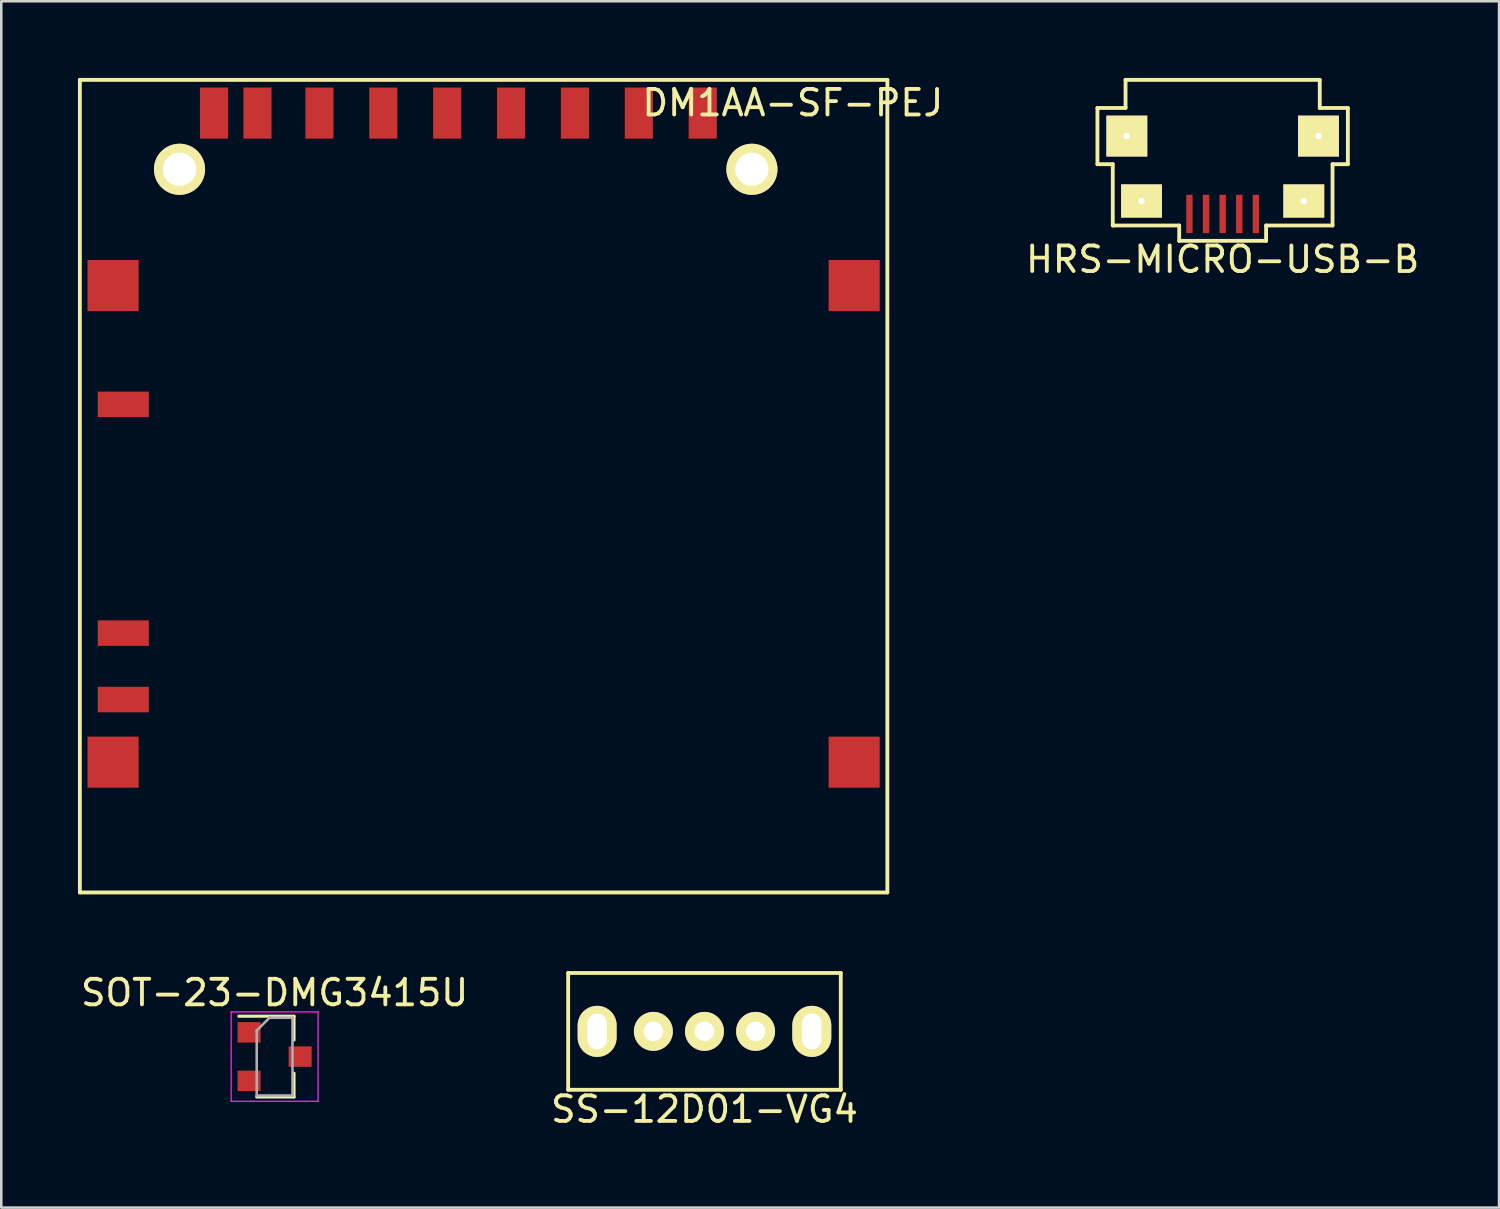
<source format=kicad_pcb>
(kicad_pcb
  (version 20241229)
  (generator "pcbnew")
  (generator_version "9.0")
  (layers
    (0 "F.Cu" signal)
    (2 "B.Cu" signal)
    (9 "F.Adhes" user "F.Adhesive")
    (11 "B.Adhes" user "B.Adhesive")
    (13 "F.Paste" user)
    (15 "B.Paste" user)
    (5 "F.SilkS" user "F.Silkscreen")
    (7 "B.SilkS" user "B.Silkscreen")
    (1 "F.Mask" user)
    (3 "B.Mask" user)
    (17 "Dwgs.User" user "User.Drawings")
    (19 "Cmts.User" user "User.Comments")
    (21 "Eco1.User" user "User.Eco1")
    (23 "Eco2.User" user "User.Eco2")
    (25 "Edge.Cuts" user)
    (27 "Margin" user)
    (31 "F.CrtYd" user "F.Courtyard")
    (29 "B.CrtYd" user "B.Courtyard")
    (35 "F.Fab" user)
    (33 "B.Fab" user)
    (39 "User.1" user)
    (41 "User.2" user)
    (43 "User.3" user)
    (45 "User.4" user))
  (footprint "SOT-23-DMG3415U"
    (layer "F.Cu")
    (at 7.696 38.298)
    (property "Reference" "SOT-23-DMG3415U" (at 0 -2.5 0) (layer "F.SilkS") (effects (font (size 1 1) (thickness 0.15))))
    (attr smd)
    (fp_line (start 0.76 -1.58) (end -1.4 -1.58) (stroke (width 0.12) (type solid)) (layer "F.SilkS"))
    (fp_line (start 0.76 -1.58) (end 0.76 -0.65) (stroke (width 0.12) (type solid)) (layer "F.SilkS"))
    (fp_line (start 0.76 1.58) (end -0.7 1.58) (stroke (width 0.12) (type solid)) (layer "F.SilkS"))
    (fp_line (start 0.76 1.58) (end 0.76 0.65) (stroke (width 0.12) (type solid)) (layer "F.SilkS"))
    (fp_line (start -1.7 -1.75) (end 1.7 -1.75) (stroke (width 0.05) (type solid)) (layer "F.CrtYd"))
    (fp_line (start -1.7 1.75) (end -1.7 -1.75) (stroke (width 0.05) (type solid)) (layer "F.CrtYd"))
    (fp_line (start 1.7 -1.75) (end 1.7 1.75) (stroke (width 0.05) (type solid)) (layer "F.CrtYd"))
    (fp_line (start 1.7 1.75) (end -1.7 1.75) (stroke (width 0.05) (type solid)) (layer "F.CrtYd"))
    (fp_line (start -0.7 -1.02) (end -0.7 1.52) (stroke (width 0.1) (type solid)) (layer "F.Fab"))
    (fp_line (start -0.7 1.52) (end 0.7 1.52) (stroke (width 0.1) (type solid)) (layer "F.Fab"))
    (fp_line (start -0.2 -1.52) (end -0.7 -1.02) (stroke (width 0.1) (type solid)) (layer "F.Fab"))
    (fp_line (start -0.2 -1.52) (end 0.7 -1.52) (stroke (width 0.1) (type solid)) (layer "F.Fab"))
    (fp_line (start 0.7 -1.52) (end 0.7 1.52) (stroke (width 0.1) (type solid)) (layer "F.Fab"))
    (pad "D" smd rect (at 1 0) (size 0.9 0.8) (layers "F.Cu" "F.Mask" "F.Paste"))
    (pad "G" smd rect (at -1 -0.95) (size 0.9 0.8) (layers "F.Cu" "F.Mask" "F.Paste"))
    (pad "S" smd rect (at -1 0.95) (size 0.9 0.8) (layers "F.Cu" "F.Mask" "F.Paste")))
  (footprint "SS-12D01-VG4"
    (layer "F.Cu")
    (at 24.518 37.311)
    (property "Reference" "SS-12D01-VG4" (at 0 3.048 0) (layer "F.SilkS") (effects (font (size 1 1) (thickness 0.15))))
    (attr through_hole)
    (fp_line (start -5.334 -2.286) (end -5.334 2.286) (stroke (width 0.15) (type solid)) (layer "F.SilkS"))
    (fp_line (start -5.334 2.286) (end 5.334 2.286) (stroke (width 0.15) (type solid)) (layer "F.SilkS"))
    (fp_line (start 5.334 -2.286) (end -5.334 -2.286) (stroke (width 0.15) (type solid)) (layer "F.SilkS"))
    (fp_line (start 5.334 2.286) (end 5.334 -2.286) (stroke (width 0.15) (type solid)) (layer "F.SilkS"))
    (pad "0" thru_hole oval (at -4.2 0) (size 1.524 2) (drill oval 0.762 1.4) (layers "*.Cu" "*.Mask" "F.SilkS"))
    (pad "0" thru_hole oval (at 4.2 0) (size 1.524 2) (drill oval 0.762 1.4) (layers "*.Cu" "*.Mask" "F.SilkS"))
    (pad "1" thru_hole circle (at -2 0) (size 1.524 1.524) (drill 0.762) (layers "*.Cu" "*.Mask" "F.SilkS"))
    (pad "2" thru_hole circle (at 0 0) (size 1.524 1.524) (drill 0.762) (layers "*.Cu" "*.Mask" "F.SilkS"))
    (pad "3" thru_hole circle (at 2 0) (size 1.524 1.524) (drill 0.762) (layers "*.Cu" "*.Mask" "F.SilkS")))
  (footprint "DM1AA-SF-PEJ"
    (layer "F.Cu")
    (at 3.975 3.575)
    (property "Reference" "DM1AA-SF-PEJ" (at 24 -2.6 0) (layer "F.SilkS") (effects (font (size 1 1) (thickness 0.15))))
    (attr through_hole)
    (fp_line (start -3.9 -3.5) (end 27.7 -3.5) (stroke (width 0.15) (type solid)) (layer "F.SilkS"))
    (fp_line (start -3.9 28.3) (end -3.9 -3.5) (stroke (width 0.15) (type solid)) (layer "F.SilkS"))
    (fp_line (start 27.7 -3.5) (end 27.7 28.3) (stroke (width 0.15) (type solid)) (layer "F.SilkS"))
    (fp_line (start 27.7 28.3) (end -3.9 28.3) (stroke (width 0.15) (type solid)) (layer "F.SilkS"))
    (pad "" smd rect (at -2.6 4.55 270) (size 2 2) (layers "F.Cu" "F.Mask" "F.Paste"))
    (pad "" smd rect (at -2.6 23.2 270) (size 2 2) (layers "F.Cu" "F.Mask" "F.Paste"))
    (pad "" np_thru_hole circle (at 0 0 270) (size 2 2) (drill 1.3) (layers "*.Cu" "*.Mask" "F.SilkS"))
    (pad "" np_thru_hole circle (at 22.4 0 270) (size 2 2) (drill 1.3) (layers "*.Cu" "*.Mask" "F.SilkS"))
    (pad "" smd rect (at 26.4 4.55 270) (size 2 2) (layers "F.Cu" "F.Mask" "F.Paste"))
    (pad "" smd rect (at 26.4 23.2 270) (size 2 2) (layers "F.Cu" "F.Mask" "F.Paste"))
    (pad "1" smd rect (at 17.975 -2.2 270) (size 2 1.1) (layers "F.Cu" "F.Mask" "F.Paste"))
    (pad "2" smd rect (at 15.475 -2.2 270) (size 2 1.1) (layers "F.Cu" "F.Mask" "F.Paste"))
    (pad "3" smd rect (at 12.975 -2.2 270) (size 2 1.1) (layers "F.Cu" "F.Mask" "F.Paste"))
    (pad "4" smd rect (at 10.475 -2.2 270) (size 2 1.1) (layers "F.Cu" "F.Mask" "F.Paste"))
    (pad "5" smd rect (at 7.975 -2.2 270) (size 2 1.1) (layers "F.Cu" "F.Mask" "F.Paste"))
    (pad "6" smd rect (at 5.475 -2.2 270) (size 2 1.1) (layers "F.Cu" "F.Mask" "F.Paste"))
    (pad "7" smd rect (at 3.05 -2.2 270) (size 2 1.1) (layers "F.Cu" "F.Mask" "F.Paste"))
    (pad "8" smd rect (at 1.35 -2.2 270) (size 2 1.1) (layers "F.Cu" "F.Mask" "F.Paste"))
    (pad "9" smd rect (at 20.475 -2.2 270) (size 2 1.1) (layers "F.Cu" "F.Mask" "F.Paste"))
    (pad "10" smd rect (at -2.2 9.2 270) (size 1 2) (layers "F.Cu" "F.Mask" "F.Paste"))
    (pad "11" smd rect (at -2.2 20.75 270) (size 1 2) (layers "F.Cu" "F.Mask" "F.Paste"))
    (pad "12" smd rect (at -2.2 18.15 270) (size 1 2) (layers "F.Cu" "F.Mask" "F.Paste")))
  (footprint "HRS-MICRO-USB-B"
    (layer "F.Cu")
    (at 44.796 2.275)
    (property "Reference" "HRS-MICRO-USB-B" (at 0 4.826 0) (layer "F.SilkS") (effects (font (size 1 1) (thickness 0.15))))
    (attr through_hole)
    (fp_line (start -4.9 -1.1) (end -4.9 1.1) (stroke (width 0.15) (type solid)) (layer "F.SilkS"))
    (fp_line (start -4.9 1.1) (end -4.3 1.1) (stroke (width 0.15) (type solid)) (layer "F.SilkS"))
    (fp_line (start -4.3 1.1) (end -4.3 3.5) (stroke (width 0.15) (type solid)) (layer "F.SilkS"))
    (fp_line (start -3.8 -2.2) (end -3.8 -1.1) (stroke (width 0.15) (type solid)) (layer "F.SilkS"))
    (fp_line (start -3.8 -2.2) (end 3.8 -2.2) (stroke (width 0.15) (type solid)) (layer "F.SilkS"))
    (fp_line (start -3.8 -1.1) (end -4.9 -1.1) (stroke (width 0.15) (type solid)) (layer "F.SilkS"))
    (fp_line (start -1.7 3.5) (end -4.3 3.5) (stroke (width 0.15) (type solid)) (layer "F.SilkS"))
    (fp_line (start -1.7 4.1) (end -1.7 3.5) (stroke (width 0.15) (type solid)) (layer "F.SilkS"))
    (fp_line (start -1.7 4.1) (end 1.7 4.1) (stroke (width 0.15) (type solid)) (layer "F.SilkS"))
    (fp_line (start 1.7 3.5) (end 1.7 4.1) (stroke (width 0.15) (type solid)) (layer "F.SilkS"))
    (fp_line (start 3.8 -2.2) (end 3.8 -1.1) (stroke (width 0.15) (type solid)) (layer "F.SilkS"))
    (fp_line (start 3.8 -1.1) (end 4.9 -1.1) (stroke (width 0.15) (type solid)) (layer "F.SilkS"))
    (fp_line (start 4.3 1.1) (end 4.3 3.5) (stroke (width 0.15) (type solid)) (layer "F.SilkS"))
    (fp_line (start 4.3 3.5) (end 1.7 3.5) (stroke (width 0.15) (type solid)) (layer "F.SilkS"))
    (fp_line (start 4.9 -1.1) (end 4.9 1.1) (stroke (width 0.15) (type solid)) (layer "F.SilkS"))
    (fp_line (start 4.9 1.1) (end 4.3 1.1) (stroke (width 0.15) (type solid)) (layer "F.SilkS"))
    (pad "0" thru_hole rect (at -3.75 0) (size 1.6 1.6) (drill 0.254) (layers "*.Cu" "*.Mask" "F.SilkS"))
    (pad "0" thru_hole rect (at -3.175 2.54) (size 1.6 1.3) (drill 0.254) (layers "*.Cu" "*.Mask" "F.SilkS"))
    (pad "0" thru_hole rect (at 3.175 2.54) (size 1.6 1.3) (drill 0.254) (layers "*.Cu" "*.Mask" "F.SilkS"))
    (pad "0" thru_hole rect (at 3.75 0) (size 1.6 1.6) (drill 0.254) (layers "*.Cu" "*.Mask" "F.SilkS"))
    (pad "1" smd rect (at -1.3 3.048) (size 0.25 1.5) (layers "F.Cu" "F.Mask" "F.Paste"))
    (pad "2" smd rect (at -0.65 3.048) (size 0.25 1.5) (layers "F.Cu" "F.Mask" "F.Paste"))
    (pad "3" smd rect (at 0 3.048) (size 0.25 1.5) (layers "F.Cu" "F.Mask" "F.Paste"))
    (pad "4" smd rect (at 0.65 3.048) (size 0.25 1.5) (layers "F.Cu" "F.Mask" "F.Paste"))
    (pad "5" smd rect (at 1.3 3.048) (size 0.25 1.5) (layers "F.Cu" "F.Mask" "F.Paste")))
  (gr_rect
    (start -3 -3)
    (end 55.612 44.207)
    (stroke (width 0.1) (type default))
    (fill no)
    (layer "Edge.Cuts")))
</source>
